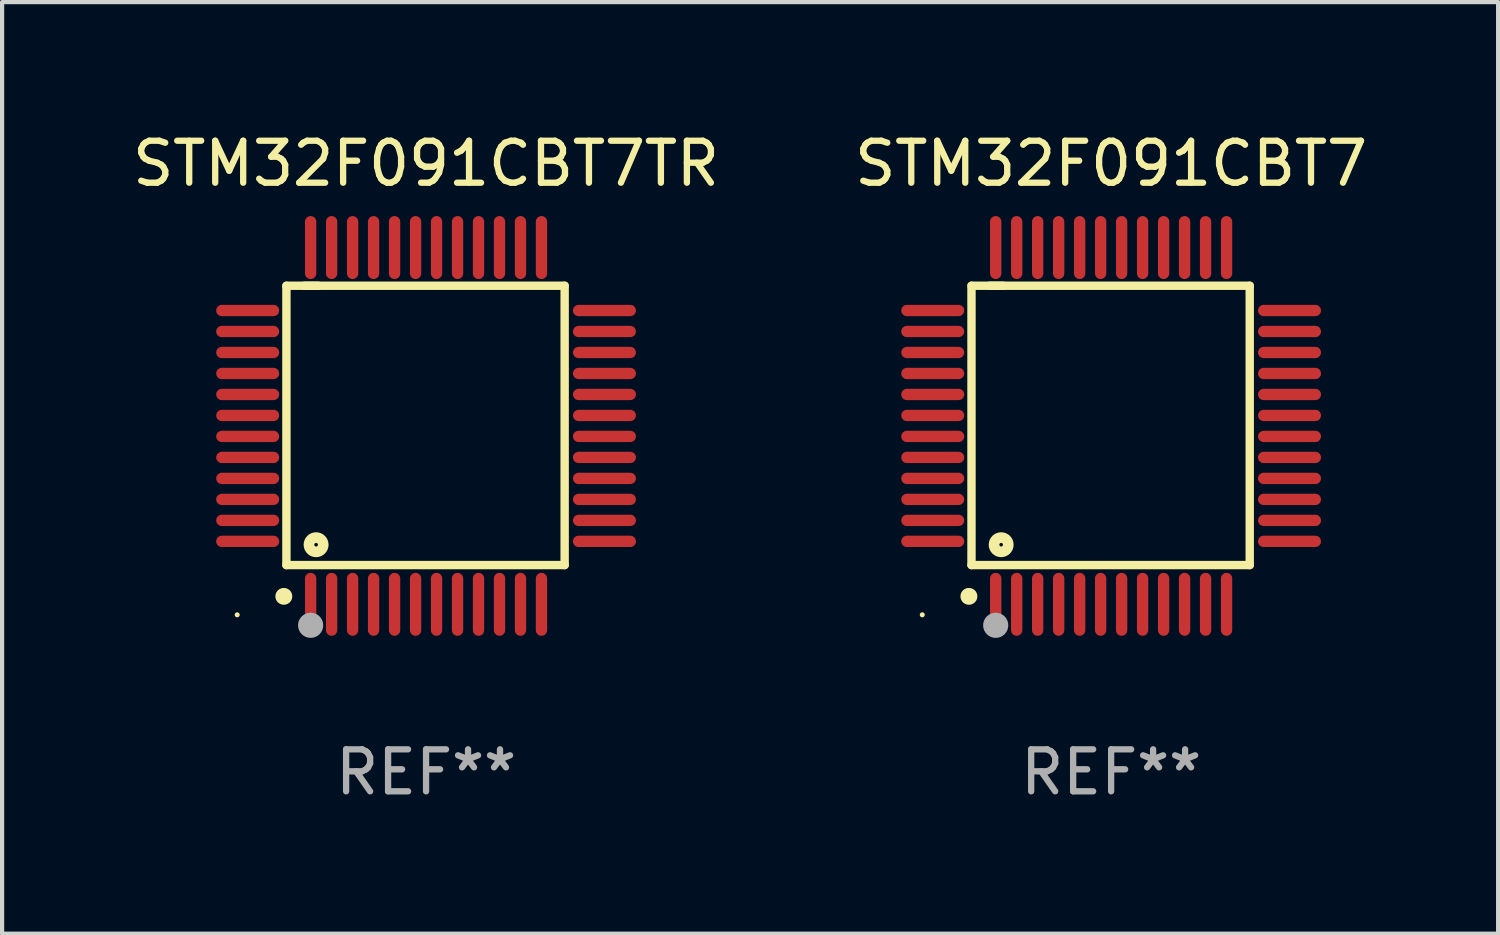
<source format=kicad_pcb>
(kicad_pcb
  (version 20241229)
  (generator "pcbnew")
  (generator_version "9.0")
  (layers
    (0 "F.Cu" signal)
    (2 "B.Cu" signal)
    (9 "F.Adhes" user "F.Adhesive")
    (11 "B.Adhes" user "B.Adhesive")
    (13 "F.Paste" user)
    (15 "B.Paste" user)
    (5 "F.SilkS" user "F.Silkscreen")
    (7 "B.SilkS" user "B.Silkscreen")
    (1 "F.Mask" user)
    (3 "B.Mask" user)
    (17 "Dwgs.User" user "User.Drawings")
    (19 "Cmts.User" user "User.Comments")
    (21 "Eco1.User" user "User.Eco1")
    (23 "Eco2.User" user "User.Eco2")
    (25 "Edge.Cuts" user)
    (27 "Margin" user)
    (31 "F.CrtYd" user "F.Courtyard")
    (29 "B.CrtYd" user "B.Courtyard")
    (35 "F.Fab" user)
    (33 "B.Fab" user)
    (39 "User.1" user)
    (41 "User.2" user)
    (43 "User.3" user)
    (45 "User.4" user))
  (footprint "STM32F091CBT7TR"
    (layer "F.Cu")
    (at 7.101 7.098)
    (property "Reference" "STM32F091CBT7TR" (at 0 -6.25 0) (layer "F.SilkS") (effects (font (size 1 1) (thickness 0.15))))
    (attr through_hole)
    (fp_line (start -3.327 -3.34) (end -2.565 -3.34) (stroke (width 0.2) (type solid)) (layer "F.SilkS"))
    (fp_line (start -3.327 3.315) (end -3.327 -3.34) (stroke (width 0.2) (type solid)) (layer "F.SilkS"))
    (fp_line (start -2.896 -3.34) (end 3.302 -3.34) (stroke (width 0.2) (type solid)) (layer "F.SilkS"))
    (fp_line (start 3.302 -3.34) (end 3.302 3.315) (stroke (width 0.2) (type solid)) (layer "F.SilkS"))
    (fp_line (start 3.302 3.315) (end -3.327 3.315) (stroke (width 0.2) (type solid)) (layer "F.SilkS"))
    (fp_arc (start -3.389992 4.059995) (mid -3.388722 4.059991) (end -3.387452 4.059995) (stroke (width 0.4) (type solid)) (layer "F.SilkS"))
    (fp_circle (center -4.5 4.5) (end -4.47 4.5) (stroke (width 0.06) (type solid)) (fill no) (layer "F.SilkS"))
    (fp_circle (center -2.62 2.83) (end -2.45 2.83) (stroke (width 0.254) (type solid)) (fill no) (layer "F.SilkS"))
    (fp_circle (center -2.75 4.75) (end -2.6 4.75) (stroke (width 0.3) (type solid)) (fill no) (layer "F.Fab"))
    (fp_text user "REF**" (at 0 8.25 0) (layer "F.Fab") (effects (font (size 1 1) (thickness 0.15))))
    (pad "1" smd oval (at -2.75 4.25) (size 0.27 1.5) (layers "F.Cu" "F.Mask" "F.Paste"))
    (pad "2" smd oval (at -2.25 4.25) (size 0.27 1.5) (layers "F.Cu" "F.Mask" "F.Paste"))
    (pad "3" smd oval (at -1.75 4.25) (size 0.27 1.5) (layers "F.Cu" "F.Mask" "F.Paste"))
    (pad "4" smd oval (at -1.25 4.25) (size 0.27 1.5) (layers "F.Cu" "F.Mask" "F.Paste"))
    (pad "5" smd oval (at -0.75 4.25) (size 0.27 1.5) (layers "F.Cu" "F.Mask" "F.Paste"))
    (pad "6" smd oval (at -0.25 4.25) (size 0.27 1.5) (layers "F.Cu" "F.Mask" "F.Paste"))
    (pad "7" smd oval (at 0.25 4.25) (size 0.27 1.5) (layers "F.Cu" "F.Mask" "F.Paste"))
    (pad "8" smd oval (at 0.75 4.25) (size 0.27 1.5) (layers "F.Cu" "F.Mask" "F.Paste"))
    (pad "9" smd oval (at 1.25 4.25) (size 0.27 1.5) (layers "F.Cu" "F.Mask" "F.Paste"))
    (pad "10" smd oval (at 1.75 4.25) (size 0.27 1.5) (layers "F.Cu" "F.Mask" "F.Paste"))
    (pad "11" smd oval (at 2.25 4.25) (size 0.27 1.5) (layers "F.Cu" "F.Mask" "F.Paste"))
    (pad "12" smd oval (at 2.75 4.25) (size 0.27 1.5) (layers "F.Cu" "F.Mask" "F.Paste"))
    (pad "13" smd oval (at 4.25 2.75) (size 1.5 0.27) (layers "F.Cu" "F.Mask" "F.Paste"))
    (pad "14" smd oval (at 4.25 2.25) (size 1.5 0.27) (layers "F.Cu" "F.Mask" "F.Paste"))
    (pad "15" smd oval (at 4.25 1.75) (size 1.5 0.27) (layers "F.Cu" "F.Mask" "F.Paste"))
    (pad "16" smd oval (at 4.25 1.25) (size 1.5 0.27) (layers "F.Cu" "F.Mask" "F.Paste"))
    (pad "17" smd oval (at 4.25 0.75) (size 1.5 0.27) (layers "F.Cu" "F.Mask" "F.Paste"))
    (pad "18" smd oval (at 4.25 0.25) (size 1.5 0.27) (layers "F.Cu" "F.Mask" "F.Paste"))
    (pad "19" smd oval (at 4.25 -0.25) (size 1.5 0.27) (layers "F.Cu" "F.Mask" "F.Paste"))
    (pad "20" smd oval (at 4.25 -0.75) (size 1.5 0.27) (layers "F.Cu" "F.Mask" "F.Paste"))
    (pad "21" smd oval (at 4.25 -1.25) (size 1.5 0.27) (layers "F.Cu" "F.Mask" "F.Paste"))
    (pad "22" smd oval (at 4.25 -1.75) (size 1.5 0.27) (layers "F.Cu" "F.Mask" "F.Paste"))
    (pad "23" smd oval (at 4.25 -2.25) (size 1.5 0.27) (layers "F.Cu" "F.Mask" "F.Paste"))
    (pad "24" smd oval (at 4.25 -2.75) (size 1.5 0.27) (layers "F.Cu" "F.Mask" "F.Paste"))
    (pad "25" smd oval (at 2.75 -4.25) (size 0.27 1.5) (layers "F.Cu" "F.Mask" "F.Paste"))
    (pad "26" smd oval (at 2.25 -4.25) (size 0.27 1.5) (layers "F.Cu" "F.Mask" "F.Paste"))
    (pad "27" smd oval (at 1.75 -4.25) (size 0.27 1.5) (layers "F.Cu" "F.Mask" "F.Paste"))
    (pad "28" smd oval (at 1.25 -4.25) (size 0.27 1.5) (layers "F.Cu" "F.Mask" "F.Paste"))
    (pad "29" smd oval (at 0.75 -4.25) (size 0.27 1.5) (layers "F.Cu" "F.Mask" "F.Paste"))
    (pad "30" smd oval (at 0.25 -4.25) (size 0.27 1.5) (layers "F.Cu" "F.Mask" "F.Paste"))
    (pad "31" smd oval (at -0.25 -4.25) (size 0.27 1.5) (layers "F.Cu" "F.Mask" "F.Paste"))
    (pad "32" smd oval (at -0.75 -4.25) (size 0.27 1.5) (layers "F.Cu" "F.Mask" "F.Paste"))
    (pad "33" smd oval (at -1.25 -4.25) (size 0.27 1.5) (layers "F.Cu" "F.Mask" "F.Paste"))
    (pad "34" smd oval (at -1.75 -4.25) (size 0.27 1.5) (layers "F.Cu" "F.Mask" "F.Paste"))
    (pad "35" smd oval (at -2.25 -4.25) (size 0.27 1.5) (layers "F.Cu" "F.Mask" "F.Paste"))
    (pad "36" smd oval (at -2.75 -4.25) (size 0.27 1.5) (layers "F.Cu" "F.Mask" "F.Paste"))
    (pad "37" smd oval (at -4.25 -2.75) (size 1.5 0.27) (layers "F.Cu" "F.Mask" "F.Paste"))
    (pad "38" smd oval (at -4.25 -2.25) (size 1.5 0.27) (layers "F.Cu" "F.Mask" "F.Paste"))
    (pad "39" smd oval (at -4.25 -1.75) (size 1.5 0.27) (layers "F.Cu" "F.Mask" "F.Paste"))
    (pad "40" smd oval (at -4.25 -1.25) (size 1.5 0.27) (layers "F.Cu" "F.Mask" "F.Paste"))
    (pad "41" smd oval (at -4.25 -0.75) (size 1.5 0.27) (layers "F.Cu" "F.Mask" "F.Paste"))
    (pad "42" smd oval (at -4.25 -0.25) (size 1.5 0.27) (layers "F.Cu" "F.Mask" "F.Paste"))
    (pad "43" smd oval (at -4.25 0.25) (size 1.5 0.27) (layers "F.Cu" "F.Mask" "F.Paste"))
    (pad "44" smd oval (at -4.25 0.75) (size 1.5 0.27) (layers "F.Cu" "F.Mask" "F.Paste"))
    (pad "45" smd oval (at -4.25 1.25) (size 1.5 0.27) (layers "F.Cu" "F.Mask" "F.Paste"))
    (pad "46" smd oval (at -4.25 1.75) (size 1.5 0.27) (layers "F.Cu" "F.Mask" "F.Paste"))
    (pad "47" smd oval (at -4.25 2.25) (size 1.5 0.27) (layers "F.Cu" "F.Mask" "F.Paste"))
    (pad "48" smd oval (at -4.25 2.75) (size 1.5 0.27) (layers "F.Cu" "F.Mask" "F.Paste")))
  (footprint "STM32F091CBT7"
    (layer "F.Cu")
    (at 23.423 7.098)
    (property "Reference" "STM32F091CBT7" (at 0 -6.25 0) (layer "F.SilkS") (effects (font (size 1 1) (thickness 0.15))))
    (attr through_hole)
    (fp_line (start -3.327 -3.34) (end -2.565 -3.34) (stroke (width 0.2) (type solid)) (layer "F.SilkS"))
    (fp_line (start -3.327 3.315) (end -3.327 -3.34) (stroke (width 0.2) (type solid)) (layer "F.SilkS"))
    (fp_line (start -2.896 -3.34) (end 3.302 -3.34) (stroke (width 0.2) (type solid)) (layer "F.SilkS"))
    (fp_line (start 3.302 -3.34) (end 3.302 3.315) (stroke (width 0.2) (type solid)) (layer "F.SilkS"))
    (fp_line (start 3.302 3.315) (end -3.327 3.315) (stroke (width 0.2) (type solid)) (layer "F.SilkS"))
    (fp_arc (start -3.389992 4.059995) (mid -3.388722 4.059991) (end -3.387452 4.059995) (stroke (width 0.4) (type solid)) (layer "F.SilkS"))
    (fp_circle (center -4.5 4.5) (end -4.47 4.5) (stroke (width 0.06) (type solid)) (fill no) (layer "F.SilkS"))
    (fp_circle (center -2.62 2.83) (end -2.45 2.83) (stroke (width 0.254) (type solid)) (fill no) (layer "F.SilkS"))
    (fp_circle (center -2.75 4.75) (end -2.6 4.75) (stroke (width 0.3) (type solid)) (fill no) (layer "F.Fab"))
    (fp_text user "REF**" (at 0 8.25 0) (layer "F.Fab") (effects (font (size 1 1) (thickness 0.15))))
    (pad "1" smd oval (at -2.75 4.25) (size 0.27 1.5) (layers "F.Cu" "F.Mask" "F.Paste"))
    (pad "2" smd oval (at -2.25 4.25) (size 0.27 1.5) (layers "F.Cu" "F.Mask" "F.Paste"))
    (pad "3" smd oval (at -1.75 4.25) (size 0.27 1.5) (layers "F.Cu" "F.Mask" "F.Paste"))
    (pad "4" smd oval (at -1.25 4.25) (size 0.27 1.5) (layers "F.Cu" "F.Mask" "F.Paste"))
    (pad "5" smd oval (at -0.75 4.25) (size 0.27 1.5) (layers "F.Cu" "F.Mask" "F.Paste"))
    (pad "6" smd oval (at -0.25 4.25) (size 0.27 1.5) (layers "F.Cu" "F.Mask" "F.Paste"))
    (pad "7" smd oval (at 0.25 4.25) (size 0.27 1.5) (layers "F.Cu" "F.Mask" "F.Paste"))
    (pad "8" smd oval (at 0.75 4.25) (size 0.27 1.5) (layers "F.Cu" "F.Mask" "F.Paste"))
    (pad "9" smd oval (at 1.25 4.25) (size 0.27 1.5) (layers "F.Cu" "F.Mask" "F.Paste"))
    (pad "10" smd oval (at 1.75 4.25) (size 0.27 1.5) (layers "F.Cu" "F.Mask" "F.Paste"))
    (pad "11" smd oval (at 2.25 4.25) (size 0.27 1.5) (layers "F.Cu" "F.Mask" "F.Paste"))
    (pad "12" smd oval (at 2.75 4.25) (size 0.27 1.5) (layers "F.Cu" "F.Mask" "F.Paste"))
    (pad "13" smd oval (at 4.25 2.75) (size 1.5 0.27) (layers "F.Cu" "F.Mask" "F.Paste"))
    (pad "14" smd oval (at 4.25 2.25) (size 1.5 0.27) (layers "F.Cu" "F.Mask" "F.Paste"))
    (pad "15" smd oval (at 4.25 1.75) (size 1.5 0.27) (layers "F.Cu" "F.Mask" "F.Paste"))
    (pad "16" smd oval (at 4.25 1.25) (size 1.5 0.27) (layers "F.Cu" "F.Mask" "F.Paste"))
    (pad "17" smd oval (at 4.25 0.75) (size 1.5 0.27) (layers "F.Cu" "F.Mask" "F.Paste"))
    (pad "18" smd oval (at 4.25 0.25) (size 1.5 0.27) (layers "F.Cu" "F.Mask" "F.Paste"))
    (pad "19" smd oval (at 4.25 -0.25) (size 1.5 0.27) (layers "F.Cu" "F.Mask" "F.Paste"))
    (pad "20" smd oval (at 4.25 -0.75) (size 1.5 0.27) (layers "F.Cu" "F.Mask" "F.Paste"))
    (pad "21" smd oval (at 4.25 -1.25) (size 1.5 0.27) (layers "F.Cu" "F.Mask" "F.Paste"))
    (pad "22" smd oval (at 4.25 -1.75) (size 1.5 0.27) (layers "F.Cu" "F.Mask" "F.Paste"))
    (pad "23" smd oval (at 4.25 -2.25) (size 1.5 0.27) (layers "F.Cu" "F.Mask" "F.Paste"))
    (pad "24" smd oval (at 4.25 -2.75) (size 1.5 0.27) (layers "F.Cu" "F.Mask" "F.Paste"))
    (pad "25" smd oval (at 2.75 -4.25) (size 0.27 1.5) (layers "F.Cu" "F.Mask" "F.Paste"))
    (pad "26" smd oval (at 2.25 -4.25) (size 0.27 1.5) (layers "F.Cu" "F.Mask" "F.Paste"))
    (pad "27" smd oval (at 1.75 -4.25) (size 0.27 1.5) (layers "F.Cu" "F.Mask" "F.Paste"))
    (pad "28" smd oval (at 1.25 -4.25) (size 0.27 1.5) (layers "F.Cu" "F.Mask" "F.Paste"))
    (pad "29" smd oval (at 0.75 -4.25) (size 0.27 1.5) (layers "F.Cu" "F.Mask" "F.Paste"))
    (pad "30" smd oval (at 0.25 -4.25) (size 0.27 1.5) (layers "F.Cu" "F.Mask" "F.Paste"))
    (pad "31" smd oval (at -0.25 -4.25) (size 0.27 1.5) (layers "F.Cu" "F.Mask" "F.Paste"))
    (pad "32" smd oval (at -0.75 -4.25) (size 0.27 1.5) (layers "F.Cu" "F.Mask" "F.Paste"))
    (pad "33" smd oval (at -1.25 -4.25) (size 0.27 1.5) (layers "F.Cu" "F.Mask" "F.Paste"))
    (pad "34" smd oval (at -1.75 -4.25) (size 0.27 1.5) (layers "F.Cu" "F.Mask" "F.Paste"))
    (pad "35" smd oval (at -2.25 -4.25) (size 0.27 1.5) (layers "F.Cu" "F.Mask" "F.Paste"))
    (pad "36" smd oval (at -2.75 -4.25) (size 0.27 1.5) (layers "F.Cu" "F.Mask" "F.Paste"))
    (pad "37" smd oval (at -4.25 -2.75) (size 1.5 0.27) (layers "F.Cu" "F.Mask" "F.Paste"))
    (pad "38" smd oval (at -4.25 -2.25) (size 1.5 0.27) (layers "F.Cu" "F.Mask" "F.Paste"))
    (pad "39" smd oval (at -4.25 -1.75) (size 1.5 0.27) (layers "F.Cu" "F.Mask" "F.Paste"))
    (pad "40" smd oval (at -4.25 -1.25) (size 1.5 0.27) (layers "F.Cu" "F.Mask" "F.Paste"))
    (pad "41" smd oval (at -4.25 -0.75) (size 1.5 0.27) (layers "F.Cu" "F.Mask" "F.Paste"))
    (pad "42" smd oval (at -4.25 -0.25) (size 1.5 0.27) (layers "F.Cu" "F.Mask" "F.Paste"))
    (pad "43" smd oval (at -4.25 0.25) (size 1.5 0.27) (layers "F.Cu" "F.Mask" "F.Paste"))
    (pad "44" smd oval (at -4.25 0.75) (size 1.5 0.27) (layers "F.Cu" "F.Mask" "F.Paste"))
    (pad "45" smd oval (at -4.25 1.25) (size 1.5 0.27) (layers "F.Cu" "F.Mask" "F.Paste"))
    (pad "46" smd oval (at -4.25 1.75) (size 1.5 0.27) (layers "F.Cu" "F.Mask" "F.Paste"))
    (pad "47" smd oval (at -4.25 2.25) (size 1.5 0.27) (layers "F.Cu" "F.Mask" "F.Paste"))
    (pad "48" smd oval (at -4.25 2.75) (size 1.5 0.27) (layers "F.Cu" "F.Mask" "F.Paste")))
  (gr_rect
    (start -3 -3)
    (end 32.643 19.196)
    (stroke (width 0.1) (type default))
    (fill no)
    (layer "Edge.Cuts")))
</source>
